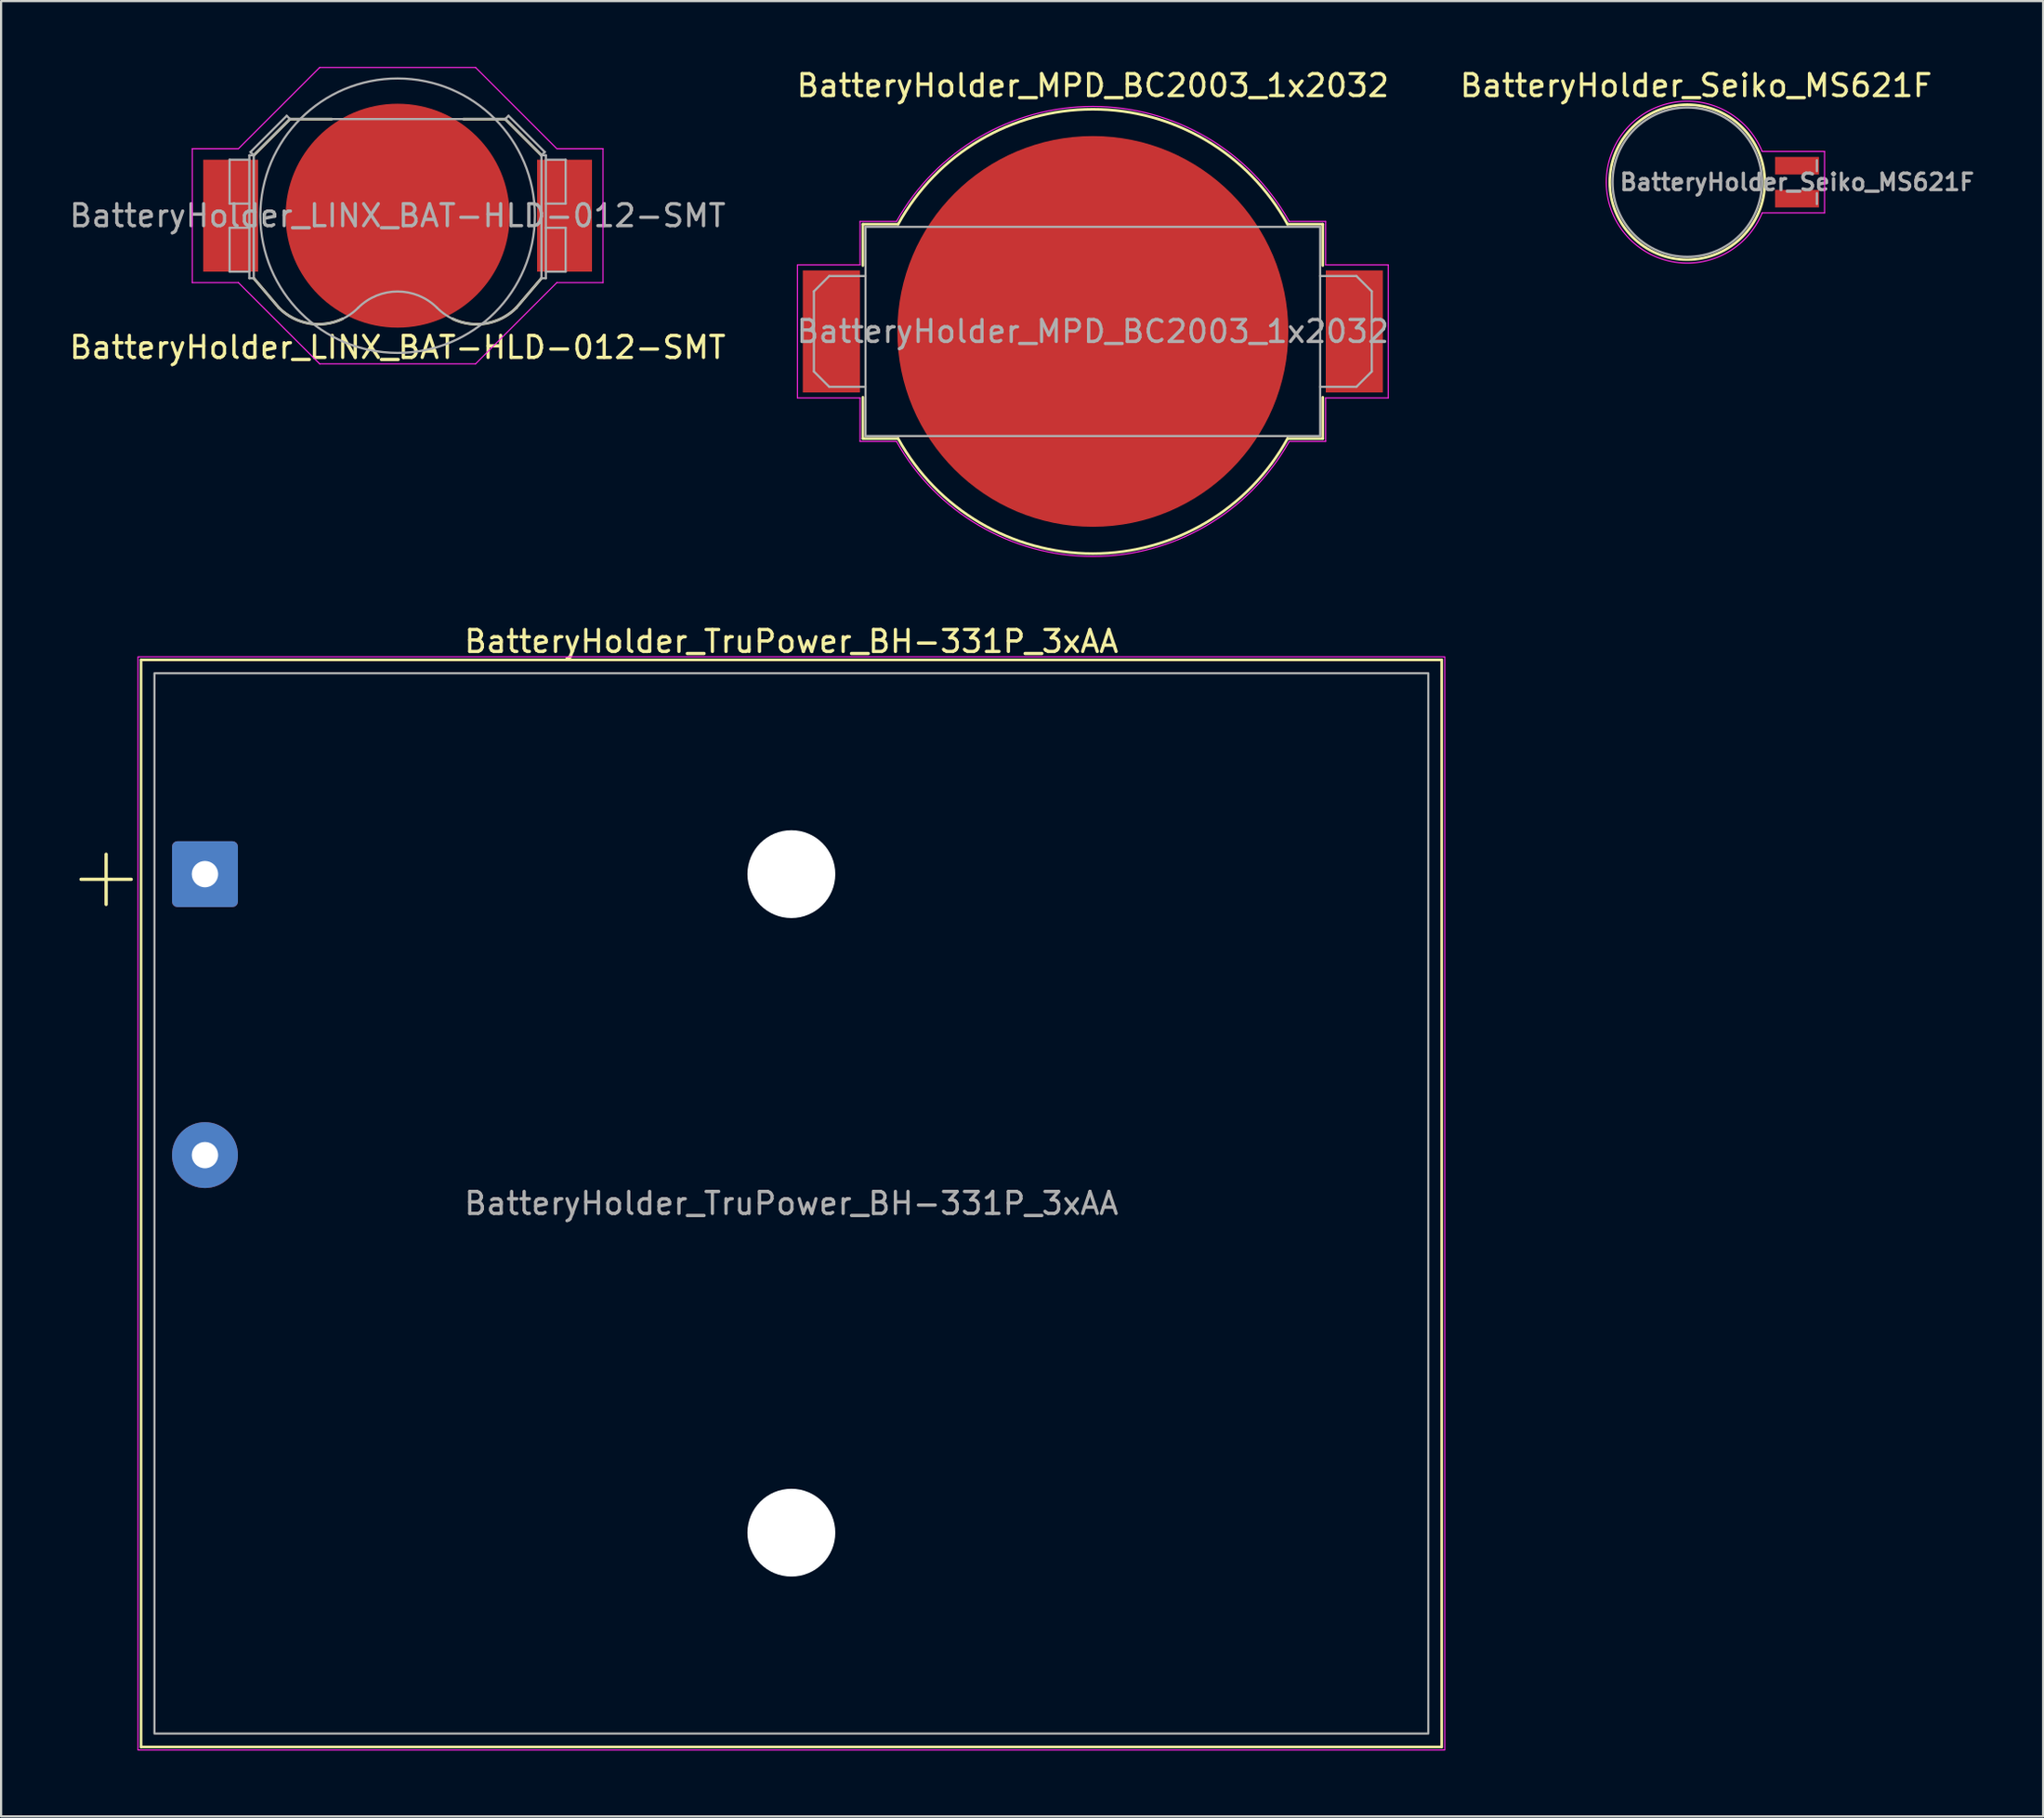
<source format=kicad_pcb>
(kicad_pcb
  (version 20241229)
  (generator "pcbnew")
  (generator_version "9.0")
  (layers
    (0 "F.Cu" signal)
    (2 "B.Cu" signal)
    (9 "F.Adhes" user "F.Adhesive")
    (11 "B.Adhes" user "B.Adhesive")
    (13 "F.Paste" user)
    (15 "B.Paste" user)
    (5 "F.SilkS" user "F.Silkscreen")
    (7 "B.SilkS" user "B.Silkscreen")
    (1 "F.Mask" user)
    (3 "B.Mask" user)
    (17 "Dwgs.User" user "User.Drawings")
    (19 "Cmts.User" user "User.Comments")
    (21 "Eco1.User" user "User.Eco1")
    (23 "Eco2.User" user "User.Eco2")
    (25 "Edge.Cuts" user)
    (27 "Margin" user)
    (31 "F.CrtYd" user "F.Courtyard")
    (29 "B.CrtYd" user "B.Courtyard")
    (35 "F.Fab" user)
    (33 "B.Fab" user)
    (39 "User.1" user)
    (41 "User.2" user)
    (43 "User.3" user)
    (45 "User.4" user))
  (footprint "BatteryHolder_Seiko_MS621F"
    (layer "F.Cu")
    (at 78.773 5.248)
    (property "Reference" "BatteryHolder_Seiko_MS621F" (at -4.6 -4.4 0) (layer "F.SilkS") (effects (font (size 1 1) (thickness 0.15))))
    (attr smd)
    (fp_circle (center -5 0) (end -1.47 0) (stroke (width 0.12) (type solid)) (fill no) (layer "F.SilkS"))
    (fp_line (start -1.59 -1.4) (end 1.25 -1.4) (stroke (width 0.05) (type solid)) (layer "F.CrtYd"))
    (fp_line (start 1.25 -1.4) (end 1.25 1.4) (stroke (width 0.05) (type solid)) (layer "F.CrtYd"))
    (fp_line (start 1.25 1.4) (end -1.59 1.4) (stroke (width 0.05) (type solid)) (layer "F.CrtYd"))
    (fp_arc (start -1.59 1.4) (mid -8.686204 0.001869) (end -1.591421 -1.403457) (stroke (width 0.05) (type solid)) (layer "F.CrtYd"))
    (fp_line (start 0.9 -1) (end 0.9 -0.5) (stroke (width 0.1) (type solid)) (layer "F.Fab"))
    (fp_line (start 0.9 0.5) (end 0.9 1) (stroke (width 0.1) (type solid)) (layer "F.Fab"))
    (fp_circle (center -5 0) (end -1.6 0) (stroke (width 0.1) (type solid)) (fill no) (layer "F.Fab"))
    (fp_text user "${REFERENCE}" (at 0 0 0) (layer "F.Fab") (effects (font (size 0.75 0.75) (thickness 0.15))))
    (pad "1" smd rect (at 0 -0.75) (size 2 0.8) (layers "F.Cu" "F.Mask" "F.Paste"))
    (pad "2" smd rect (at 0 0.75) (size 2 0.8) (layers "F.Cu" "F.Mask" "F.Paste")))
  (footprint "BatteryHolder_LINX_BAT-HLD-012-SMT"
    (layer "F.Cu")
    (at 15.054 6.775)
    (property "Reference" "BatteryHolder_LINX_BAT-HLD-012-SMT" (at 0 6 0) (layer "F.SilkS") (effects (font (size 1 1) (thickness 0.15))))
    (attr smd)
    (fp_line (start -6.55 -2.75) (end -4.9 -4.4) (stroke (width 0.12) (type solid)) (layer "F.SilkS"))
    (fp_line (start -6.55 2.85) (end -5.4 4.2) (stroke (width 0.12) (type solid)) (layer "F.SilkS"))
    (fp_line (start -4.9 -4.4) (end -3 -4.4) (stroke (width 0.12) (type solid)) (layer "F.SilkS"))
    (fp_line (start 4.9 -4.4) (end 3 -4.4) (stroke (width 0.12) (type solid)) (layer "F.SilkS"))
    (fp_line (start 4.9 -4.4) (end 6.55 -2.75) (stroke (width 0.12) (type solid)) (layer "F.SilkS"))
    (fp_line (start 6.55 2.85) (end 5.4 4.2) (stroke (width 0.12) (type solid)) (layer "F.SilkS"))
    (fp_arc (start -2.504098 4.697607) (mid -4.031094 4.908816) (end -5.4 4.2) (stroke (width 0.12) (type solid)) (layer "F.SilkS"))
    (fp_arc (start 5.4 4.2) (mid 4.029781 4.909041) (end 2.501694 4.696459) (stroke (width 0.12) (type solid)) (layer "F.SilkS"))
    (fp_line (start -9.35 -3.05) (end -7.25 -3.05) (stroke (width 0.05) (type solid)) (layer "F.CrtYd"))
    (fp_line (start -9.35 3.05) (end -9.35 -3.05) (stroke (width 0.05) (type solid)) (layer "F.CrtYd"))
    (fp_line (start -9.35 3.05) (end -7.25 3.05) (stroke (width 0.05) (type solid)) (layer "F.CrtYd"))
    (fp_line (start -7.25 -3.05) (end -3.55 -6.75) (stroke (width 0.05) (type solid)) (layer "F.CrtYd"))
    (fp_line (start -3.55 -6.75) (end 3.55 -6.75) (stroke (width 0.05) (type solid)) (layer "F.CrtYd"))
    (fp_line (start -3.55 6.75) (end -7.25 3.05) (stroke (width 0.05) (type solid)) (layer "F.CrtYd"))
    (fp_line (start -3.55 6.75) (end 3.55 6.75) (stroke (width 0.05) (type solid)) (layer "F.CrtYd"))
    (fp_line (start 3.55 -6.75) (end 7.25 -3.05) (stroke (width 0.05) (type solid)) (layer "F.CrtYd"))
    (fp_line (start 3.55 6.75) (end 7.25 3.05) (stroke (width 0.05) (type solid)) (layer "F.CrtYd"))
    (fp_line (start 7.25 -3.05) (end 9.35 -3.05) (stroke (width 0.05) (type solid)) (layer "F.CrtYd"))
    (fp_line (start 9.35 -3.05) (end 9.35 3.05) (stroke (width 0.05) (type solid)) (layer "F.CrtYd"))
    (fp_line (start 9.35 3.05) (end 7.25 3.05) (stroke (width 0.05) (type solid)) (layer "F.CrtYd"))
    (fp_line (start -7.65 -2.55) (end -7.65 -0.55) (stroke (width 0.1) (type solid)) (layer "F.Fab"))
    (fp_line (start -7.65 -2.55) (end -6.75 -2.55) (stroke (width 0.1) (type solid)) (layer "F.Fab"))
    (fp_line (start -7.65 -0.55) (end -6.75 -0.55) (stroke (width 0.1) (type solid)) (layer "F.Fab"))
    (fp_line (start -7.65 0.55) (end -7.65 2.55) (stroke (width 0.1) (type solid)) (layer "F.Fab"))
    (fp_line (start -7.65 2.55) (end -6.75 2.55) (stroke (width 0.1) (type solid)) (layer "F.Fab"))
    (fp_line (start -6.75 -2.75) (end -6.55 -2.75) (stroke (width 0.1) (type solid)) (layer "F.Fab"))
    (fp_line (start -6.75 0.55) (end -7.65 0.55) (stroke (width 0.1) (type solid)) (layer "F.Fab"))
    (fp_line (start -6.75 2.85) (end -6.75 -2.75) (stroke (width 0.1) (type solid)) (layer "F.Fab"))
    (fp_line (start -6.75 2.85) (end -6.55 2.85) (stroke (width 0.1) (type solid)) (layer "F.Fab"))
    (fp_line (start -6.7 -2.9) (end -5.05 -4.55) (stroke (width 0.1) (type solid)) (layer "F.Fab"))
    (fp_line (start -6.55 -2.75) (end -6.7 -2.9) (stroke (width 0.1) (type solid)) (layer "F.Fab"))
    (fp_line (start -6.55 -2.75) (end -4.9 -4.4) (stroke (width 0.1) (type solid)) (layer "F.Fab"))
    (fp_line (start -6.55 2.85) (end -6.55 -2.75) (stroke (width 0.1) (type solid)) (layer "F.Fab"))
    (fp_line (start -6.55 2.85) (end -5.4 4.2) (stroke (width 0.1) (type solid)) (layer "F.Fab"))
    (fp_line (start -5.05 -4.55) (end -4.9 -4.4) (stroke (width 0.1) (type solid)) (layer "F.Fab"))
    (fp_line (start 4.9 -4.4) (end -4.9 -4.4) (stroke (width 0.1) (type solid)) (layer "F.Fab"))
    (fp_line (start 5.05 -4.55) (end 4.9 -4.4) (stroke (width 0.1) (type solid)) (layer "F.Fab"))
    (fp_line (start 6.55 -2.75) (end 4.9 -4.4) (stroke (width 0.1) (type solid)) (layer "F.Fab"))
    (fp_line (start 6.55 -2.75) (end 6.7 -2.9) (stroke (width 0.1) (type solid)) (layer "F.Fab"))
    (fp_line (start 6.55 -2.75) (end 6.75 -2.75) (stroke (width 0.1) (type solid)) (layer "F.Fab"))
    (fp_line (start 6.55 2.85) (end 5.4 4.2) (stroke (width 0.1) (type solid)) (layer "F.Fab"))
    (fp_line (start 6.55 2.85) (end 6.55 -2.75) (stroke (width 0.1) (type solid)) (layer "F.Fab"))
    (fp_line (start 6.7 -2.9) (end 5.05 -4.55) (stroke (width 0.1) (type solid)) (layer "F.Fab"))
    (fp_line (start 6.75 -0.55) (end 7.65 -0.55) (stroke (width 0.1) (type solid)) (layer "F.Fab"))
    (fp_line (start 6.75 2.55) (end 7.65 2.55) (stroke (width 0.1) (type solid)) (layer "F.Fab"))
    (fp_line (start 6.75 2.85) (end 6.55 2.85) (stroke (width 0.1) (type solid)) (layer "F.Fab"))
    (fp_line (start 6.75 2.85) (end 6.75 -2.75) (stroke (width 0.1) (type solid)) (layer "F.Fab"))
    (fp_line (start 7.65 -2.55) (end 6.75 -2.55) (stroke (width 0.1) (type solid)) (layer "F.Fab"))
    (fp_line (start 7.65 -0.55) (end 7.65 -2.55) (stroke (width 0.1) (type solid)) (layer "F.Fab"))
    (fp_line (start 7.65 0.55) (end 6.75 0.55) (stroke (width 0.1) (type solid)) (layer "F.Fab"))
    (fp_line (start 7.65 2.55) (end 7.65 0.55) (stroke (width 0.1) (type solid)) (layer "F.Fab"))
    (fp_arc (start -1.8 4.2) (mid -3.6 4.945584) (end -5.4 4.2) (stroke (width 0.1) (type solid)) (layer "F.Fab"))
    (fp_arc (start -1.8 4.2) (mid 0 3.454416) (end 1.8 4.2) (stroke (width 0.1) (type solid)) (layer "F.Fab"))
    (fp_arc (start 5.4 4.2) (mid 3.6 4.945584) (end 1.8 4.2) (stroke (width 0.1) (type solid)) (layer "F.Fab"))
    (fp_circle (center 0 0) (end -6.25 0) (stroke (width 0.1) (type solid)) (fill no) (layer "F.Fab"))
    (fp_text user "${REFERENCE}" (at 0 0 0) (layer "F.Fab") (effects (font (size 1 1) (thickness 0.15))))
    (pad "1" smd rect (at -7.6 0) (size 2.5 5.1) (layers "F.Cu" "F.Mask" "F.Paste"))
    (pad "1" smd rect (at 7.6 0) (size 2.5 5.1) (layers "F.Cu" "F.Mask" "F.Paste"))
    (pad "2" smd circle (at 0 0) (size 10.2 10.2) (layers "F.Cu" "F.Mask")))
  (footprint "BatteryHolder_MPD_BC2003_1x2032"
    (layer "F.Cu")
    (at 46.708 12.048)
    (property "Reference" "BatteryHolder_MPD_BC2003_1x2032" (at 0 -11.2 0) (layer "F.SilkS") (effects (font (size 1 1) (thickness 0.15))))
    (attr smd)
    (fp_line (start -10.47 -4.885) (end -8.863 -4.885) (stroke (width 0.12) (type solid)) (layer "F.SilkS"))
    (fp_line (start -10.47 -3) (end -10.47 -4.885) (stroke (width 0.12) (type solid)) (layer "F.SilkS"))
    (fp_line (start -10.47 3) (end -10.47 4.885) (stroke (width 0.12) (type solid)) (layer "F.SilkS"))
    (fp_line (start -10.47 4.885) (end -8.863 4.885) (stroke (width 0.12) (type solid)) (layer "F.SilkS"))
    (fp_line (start 10.47 -4.885) (end 8.863 -4.885) (stroke (width 0.12) (type solid)) (layer "F.SilkS"))
    (fp_line (start 10.47 -3) (end 10.47 -4.885) (stroke (width 0.12) (type solid)) (layer "F.SilkS"))
    (fp_line (start 10.47 3) (end 10.47 4.885) (stroke (width 0.12) (type solid)) (layer "F.SilkS"))
    (fp_line (start 10.47 4.885) (end 8.863 4.885) (stroke (width 0.12) (type solid)) (layer "F.SilkS"))
    (fp_arc (start -8.86291 -4.885) (mid 0 -10.12) (end 8.86291 -4.885) (stroke (width 0.12) (type solid)) (layer "F.SilkS"))
    (fp_arc (start 8.865021 4.881168) (mid 0.002187 10.12) (end -8.86291 4.885) (stroke (width 0.12) (type solid)) (layer "F.SilkS"))
    (fp_line (start -13.45 -3.03) (end -13.45 3.03) (stroke (width 0.05) (type solid)) (layer "F.CrtYd"))
    (fp_line (start -13.45 3.03) (end -10.6 3.03) (stroke (width 0.05) (type solid)) (layer "F.CrtYd"))
    (fp_line (start -10.6 -5.01) (end -10.6 -3.03) (stroke (width 0.05) (type solid)) (layer "F.CrtYd"))
    (fp_line (start -10.6 -3.03) (end -13.45 -3.03) (stroke (width 0.05) (type solid)) (layer "F.CrtYd"))
    (fp_line (start -10.6 5.01) (end -10.6 3.03) (stroke (width 0.05) (type solid)) (layer "F.CrtYd"))
    (fp_line (start -10.6 5.01) (end -8.94 5.01) (stroke (width 0.05) (type solid)) (layer "F.CrtYd"))
    (fp_line (start -8.94 -5.01) (end -10.6 -5.01) (stroke (width 0.05) (type solid)) (layer "F.CrtYd"))
    (fp_line (start 8.94 -5.01) (end 10.6 -5.01) (stroke (width 0.05) (type solid)) (layer "F.CrtYd"))
    (fp_line (start 8.94 5.01) (end 10.6 5.01) (stroke (width 0.05) (type solid)) (layer "F.CrtYd"))
    (fp_line (start 10.6 -5.01) (end 10.6 -3.03) (stroke (width 0.05) (type solid)) (layer "F.CrtYd"))
    (fp_line (start 10.6 -3.03) (end 13.45 -3.03) (stroke (width 0.05) (type solid)) (layer "F.CrtYd"))
    (fp_line (start 10.6 3.03) (end 13.45 3.03) (stroke (width 0.05) (type solid)) (layer "F.CrtYd"))
    (fp_line (start 10.6 5.01) (end 10.6 3.03) (stroke (width 0.05) (type solid)) (layer "F.CrtYd"))
    (fp_line (start 13.45 -3.03) (end 13.45 3.03) (stroke (width 0.05) (type solid)) (layer "F.CrtYd"))
    (fp_arc (start -8.934116 -5.020486) (mid 0.006012 -10.248106) (end 8.94 -5.01) (stroke (width 0.05) (type solid)) (layer "F.CrtYd"))
    (fp_arc (start 8.92534 5.036071) (mid -0.014955 10.248096) (end -8.94 5.01) (stroke (width 0.05) (type solid)) (layer "F.CrtYd"))
    (fp_line (start -12.7 -1.825) (end -12.7 1.825) (stroke (width 0.1) (type solid)) (layer "F.Fab"))
    (fp_line (start -12.7 -1.825) (end -12 -2.525) (stroke (width 0.1) (type solid)) (layer "F.Fab"))
    (fp_line (start -12.7 1.825) (end -12 2.525) (stroke (width 0.1) (type solid)) (layer "F.Fab"))
    (fp_line (start -10.35 -4.765) (end 10.35 -4.765) (stroke (width 0.1) (type solid)) (layer "F.Fab"))
    (fp_line (start -10.35 -2.525) (end -12 -2.525) (stroke (width 0.1) (type solid)) (layer "F.Fab"))
    (fp_line (start -10.35 2.525) (end -12 2.525) (stroke (width 0.1) (type solid)) (layer "F.Fab"))
    (fp_line (start -10.35 4.765) (end -10.35 -4.765) (stroke (width 0.1) (type solid)) (layer "F.Fab"))
    (fp_line (start -10.35 4.765) (end 10.35 4.765) (stroke (width 0.1) (type solid)) (layer "F.Fab"))
    (fp_line (start 10.35 -2.525) (end 12 -2.525) (stroke (width 0.1) (type solid)) (layer "F.Fab"))
    (fp_line (start 10.35 2.525) (end 12 2.525) (stroke (width 0.1) (type solid)) (layer "F.Fab"))
    (fp_line (start 10.35 4.765) (end 10.35 -4.765) (stroke (width 0.1) (type solid)) (layer "F.Fab"))
    (fp_line (start 12.7 -1.825) (end 12 -2.525) (stroke (width 0.1) (type solid)) (layer "F.Fab"))
    (fp_line (start 12.7 -1.825) (end 12.7 1.825) (stroke (width 0.1) (type solid)) (layer "F.Fab"))
    (fp_line (start 12.7 1.825) (end 12 2.525) (stroke (width 0.1) (type solid)) (layer "F.Fab"))
    (fp_text user "${REFERENCE}" (at 0 0 0) (layer "F.Fab") (effects (font (size 1 1) (thickness 0.15))))
    (pad "1" smd rect (at -11.905 0) (size 2.6 5.56) (layers "F.Cu" "F.Mask" "F.Paste"))
    (pad "1" smd rect (at 11.905 0) (size 2.6 5.56) (layers "F.Cu" "F.Mask" "F.Paste"))
    (pad "2" smd circle (at 0 0) (size 17.8 17.8) (layers "F.Cu" "F.Mask")))
  (footprint "BatteryHolder_TruPower_BH-331P_3xAA"
    (layer "F.Cu")
    (at 6.282 36.77)
    (property "Reference" "BatteryHolder_TruPower_BH-331P_3xAA" (at 26.7 -10.6 0) (layer "F.SilkS") (effects (font (size 1 1) (thickness 0.15))))
    (attr through_hole)
    (fp_line (start -2.91 -9.76) (end 56.31 -9.76) (stroke (width 0.12) (type solid)) (layer "F.SilkS"))
    (fp_line (start -2.91 39.76) (end -2.91 -9.76) (stroke (width 0.12) (type solid)) (layer "F.SilkS"))
    (fp_line (start 56.31 -9.76) (end 56.31 39.76) (stroke (width 0.12) (type solid)) (layer "F.SilkS"))
    (fp_line (start 56.31 39.76) (end -2.91 39.76) (stroke (width 0.12) (type solid)) (layer "F.SilkS"))
    (fp_rect (start -3.05 -9.9) (end 56.45 39.9) (stroke (width 0.05) (type solid)) (fill no) (layer "F.CrtYd"))
    (fp_rect (start -2.3 -9.15) (end 55.7 39.15) (stroke (width 0.1) (type solid)) (fill no) (layer "F.Fab"))
    (fp_text user "+" (at -4.5 0 0) (layer "F.SilkS") (effects (font (size 3 3) (thickness 0.15))))
    (fp_text user "${REFERENCE}" (at 26.7 15 0) (layer "F.Fab") (effects (font (size 1 1) (thickness 0.15))))
    (pad "" np_thru_hole circle (at 26.7 0) (size 4 4) (drill 4) (layers "*.Cu" "*.Mask"))
    (pad "" np_thru_hole circle (at 26.7 30) (size 4 4) (drill 4) (layers "*.Cu" "*.Mask"))
    (pad "1" thru_hole roundrect (at 0 0) (size 3 3) (drill 1.2) (layers "*.Cu" "*.Mask") (roundrect_rratio 0.083))
    (pad "2" thru_hole circle (at 0 12.8) (size 3 3) (drill 1.2) (layers "*.Cu" "*.Mask")))
  (gr_rect
    (start -3 -3)
    (end 89.976 79.695)
    (stroke (width 0.1) (type default))
    (fill no)
    (layer "Edge.Cuts")))
</source>
